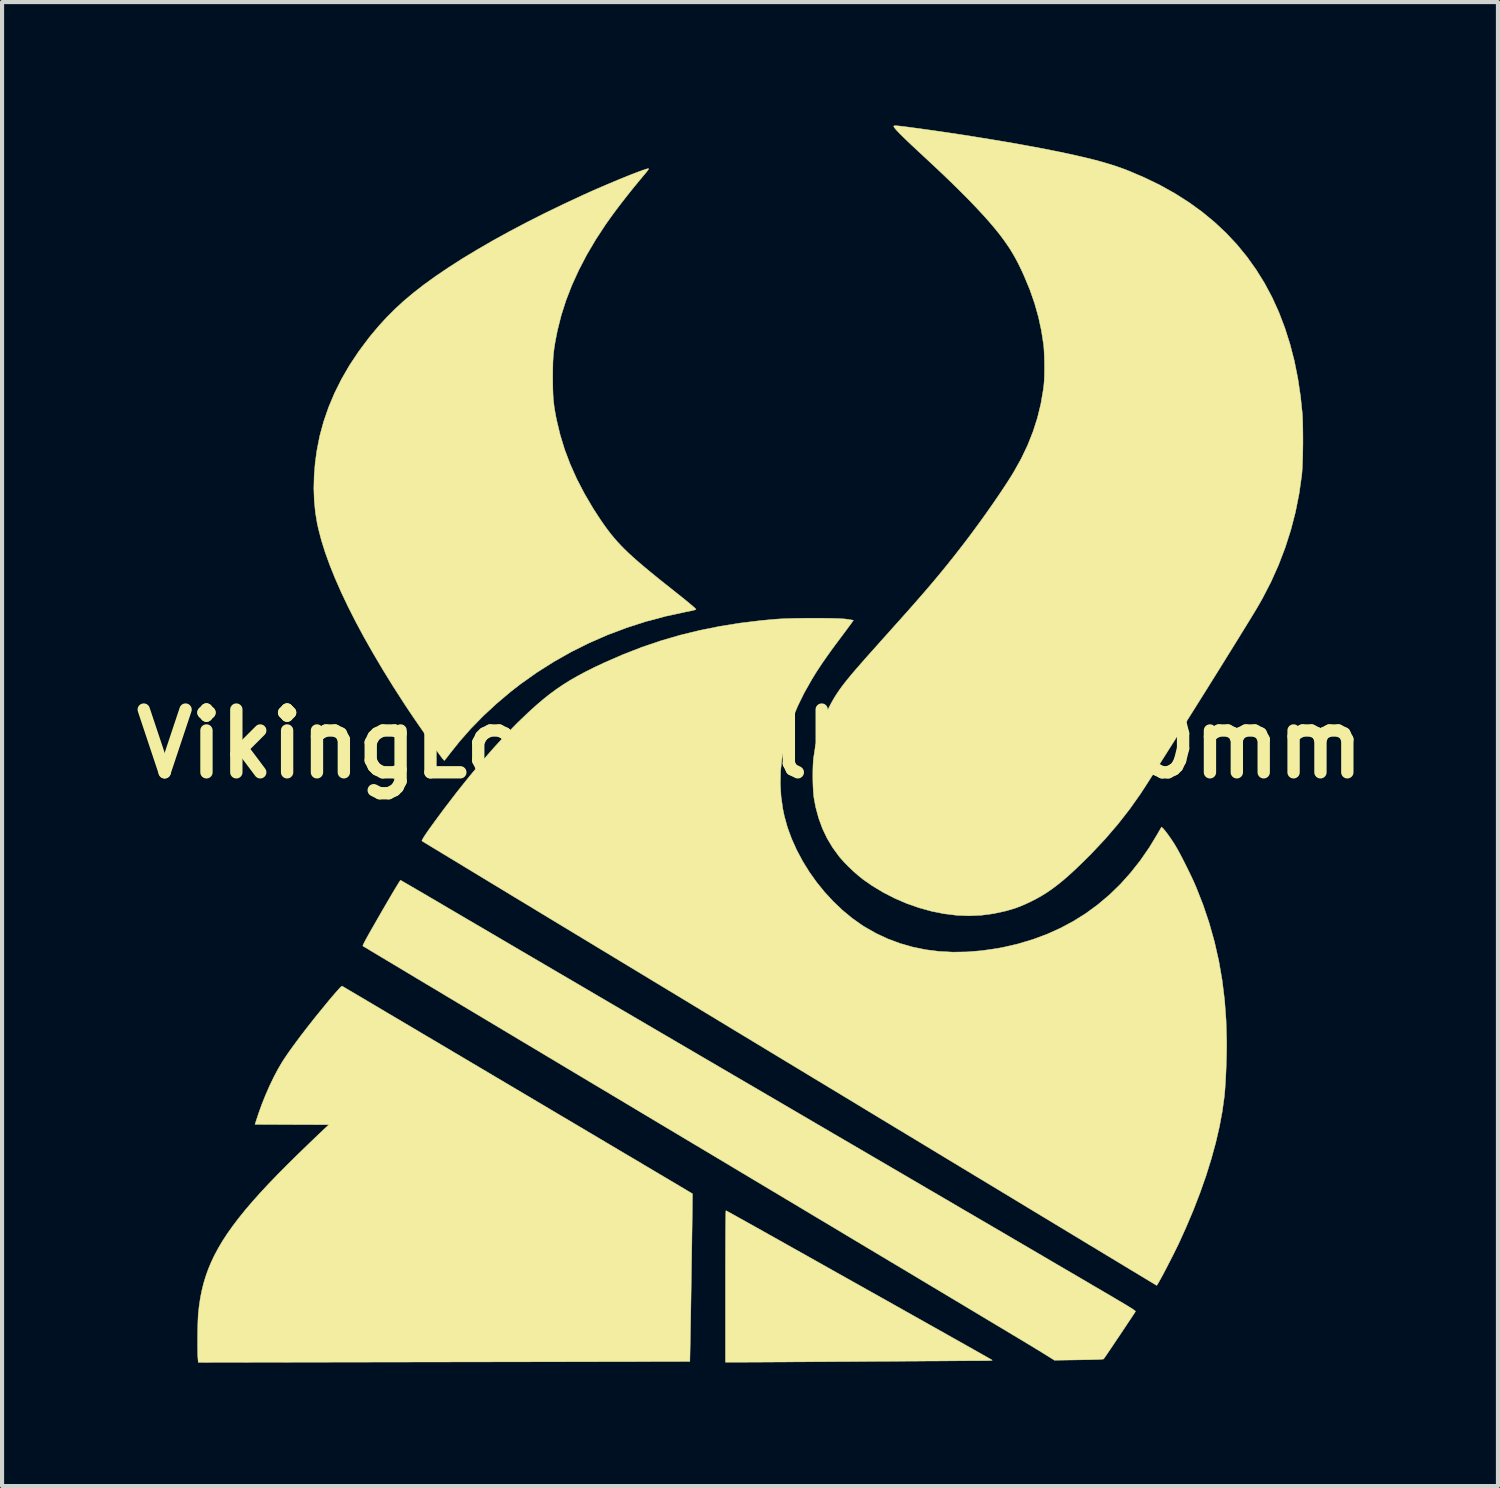
<source format=kicad_pcb>
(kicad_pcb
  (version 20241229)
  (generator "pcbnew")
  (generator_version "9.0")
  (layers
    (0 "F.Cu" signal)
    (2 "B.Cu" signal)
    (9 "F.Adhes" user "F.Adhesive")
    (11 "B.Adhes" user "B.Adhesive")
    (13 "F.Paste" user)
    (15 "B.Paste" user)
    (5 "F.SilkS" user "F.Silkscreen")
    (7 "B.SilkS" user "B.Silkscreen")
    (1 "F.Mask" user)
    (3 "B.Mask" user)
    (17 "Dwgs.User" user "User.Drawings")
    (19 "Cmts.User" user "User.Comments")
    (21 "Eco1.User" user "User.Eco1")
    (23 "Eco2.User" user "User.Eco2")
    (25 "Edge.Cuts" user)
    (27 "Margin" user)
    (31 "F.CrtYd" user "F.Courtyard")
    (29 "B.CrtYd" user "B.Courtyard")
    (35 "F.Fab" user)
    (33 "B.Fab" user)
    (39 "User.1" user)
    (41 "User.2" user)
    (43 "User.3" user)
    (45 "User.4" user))
  (footprint "VikingLogo_Silk_27x30mm"
    (layer "F.Cu")
    (at 15.175 15.027)
    (property "Reference" "VikingLogo_Silk_27x30mm" (at 0 0 0) (layer "F.SilkS") (effects (font (size 1.524 1.524) (thickness 0.3))))
    (attr through_hole)
    (fp_poly (pts (xy -0.572 11.347) (xy -0.539 11.365) (xy -0.487 11.393) (xy -0.418 11.431) (xy -0.334 11.478) (xy -0.235 11.533) (xy -0.125 11.594) (xy -0.004 11.662) (xy 0.126 11.735) (xy 0.263 11.811) (xy 0.339 11.854) (xy 0.444 11.913) (xy 0.569 11.983) (xy 0.713 12.064) (xy 0.874 12.155) (xy 1.051 12.254) (xy 1.242 12.361) (xy 1.445 12.475) (xy 1.658 12.595) (xy 1.881 12.72) (xy 2.111 12.85) (xy 2.347 12.982) (xy 2.587 13.117) (xy 2.829 13.253) (xy 3.072 13.389) (xy 3.315 13.525) (xy 3.555 13.66) (xy 3.562 13.664) (xy 3.787 13.791) (xy 4.006 13.914) (xy 4.218 14.033) (xy 4.422 14.148) (xy 4.617 14.257) (xy 4.803 14.362) (xy 4.977 14.46) (xy 5.139 14.551) (xy 5.288 14.635) (xy 5.423 14.711) (xy 5.543 14.779) (xy 5.646 14.837) (xy 5.733 14.886) (xy 5.801 14.925) (xy 5.85 14.953) (xy 5.878 14.969) (xy 5.886 14.974) (xy 5.879 14.979) (xy 5.849 14.983) (xy 5.797 14.985) (xy 5.727 14.986) (xy 5.698 14.986) (xy 5.645 14.987) (xy 5.569 14.987) (xy 5.471 14.988) (xy 5.353 14.988) (xy 5.215 14.989) (xy 5.06 14.99) (xy 4.888 14.991) (xy 4.701 14.993) (xy 4.5 14.994) (xy 4.286 14.995) (xy 4.06 14.997) (xy 3.824 14.998) (xy 3.579 15) (xy 3.326 15.002) (xy 3.066 15.003) (xy 2.807 15.005) (xy 2.539 15.007) (xy 2.276 15.009) (xy 2.018 15.01) (xy 1.767 15.012) (xy 1.524 15.013) (xy 1.29 15.015) (xy 1.067 15.016) (xy 0.856 15.018) (xy 0.659 15.019) (xy 0.476 15.02) (xy 0.31 15.021) (xy 0.161 15.022) (xy 0.031 15.022) (xy -0.079 15.023) (xy -0.167 15.023) (xy -0.233 15.024) (xy -0.27 15.024) (xy -0.597 15.024) (xy -0.597 13.183) (xy -0.597 12.922) (xy -0.597 12.678) (xy -0.596 12.452) (xy -0.596 12.246) (xy -0.595 12.058) (xy -0.594 11.891) (xy -0.593 11.745) (xy -0.592 11.62) (xy -0.591 11.517) (xy -0.589 11.437) (xy -0.588 11.381) (xy -0.586 11.349) (xy -0.585 11.341) (xy -0.572 11.347)) (stroke (width 0.01) (type solid)) (fill yes) (layer "F.SilkS"))
    (fp_poly (pts (xy -9.913 5.885) (xy -9.901 5.891) (xy -9.869 5.91) (xy -9.816 5.941) (xy -9.744 5.984) (xy -9.654 6.037) (xy -9.547 6.1) (xy -9.423 6.173) (xy -9.284 6.256) (xy -9.13 6.347) (xy -8.963 6.446) (xy -8.783 6.553) (xy -8.59 6.667) (xy -8.387 6.787) (xy -8.174 6.913) (xy -7.952 7.045) (xy -7.721 7.181) (xy -7.483 7.322) (xy -7.239 7.467) (xy -6.989 7.615) (xy -6.734 7.766) (xy -6.476 7.919) (xy -6.214 8.074) (xy -5.951 8.23) (xy -5.687 8.386) (xy -5.423 8.543) (xy -5.159 8.699) (xy -4.898 8.854) (xy -4.639 9.008) (xy -4.383 9.159) (xy -4.132 9.308) (xy -3.886 9.454) (xy -3.646 9.596) (xy -3.414 9.734) (xy -3.19 9.867) (xy -2.974 9.995) (xy -2.768 10.116) (xy -2.574 10.232) (xy -2.39 10.341) (xy -2.22 10.442) (xy -2.063 10.535) (xy -1.92 10.62) (xy -1.792 10.695) (xy -1.681 10.762) (xy -1.587 10.817) (xy -1.511 10.863) (xy -1.454 10.897) (xy -1.416 10.919) (xy -1.4 10.929) (xy -1.399 10.93) (xy -1.398 10.943) (xy -1.398 10.979) (xy -1.399 11.038) (xy -1.4 11.117) (xy -1.401 11.215) (xy -1.402 11.33) (xy -1.404 11.461) (xy -1.406 11.606) (xy -1.408 11.763) (xy -1.411 11.931) (xy -1.413 12.107) (xy -1.416 12.291) (xy -1.419 12.481) (xy -1.422 12.675) (xy -1.425 12.871) (xy -1.428 13.068) (xy -1.431 13.264) (xy -1.434 13.458) (xy -1.437 13.648) (xy -1.44 13.831) (xy -1.443 14.008) (xy -1.446 14.175) (xy -1.449 14.332) (xy -1.451 14.477) (xy -1.454 14.607) (xy -1.456 14.722) (xy -1.458 14.819) (xy -1.46 14.898) (xy -1.461 14.957) (xy -1.462 14.993) (xy -1.463 15.005) (xy -1.476 15.005) (xy -1.513 15.005) (xy -1.574 15.006) (xy -1.659 15.006) (xy -1.765 15.007) (xy -1.893 15.007) (xy -2.042 15.007) (xy -2.211 15.008) (xy -2.398 15.008) (xy -2.605 15.009) (xy -2.828 15.01) (xy -3.069 15.01) (xy -3.325 15.011) (xy -3.597 15.011) (xy -3.883 15.012) (xy -4.182 15.012) (xy -4.495 15.013) (xy -4.819 15.014) (xy -5.155 15.014) (xy -5.502 15.015) (xy -5.858 15.016) (xy -6.222 15.016) (xy -6.596 15.017) (xy -6.976 15.017) (xy -7.363 15.018) (xy -7.437 15.018) (xy -13.407 15.028) (xy -13.415 14.94) (xy -13.419 14.884) (xy -13.422 14.807) (xy -13.423 14.713) (xy -13.424 14.607) (xy -13.424 14.492) (xy -13.423 14.373) (xy -13.422 14.254) (xy -13.419 14.139) (xy -13.416 14.033) (xy -13.412 13.94) (xy -13.408 13.864) (xy -13.405 13.829) (xy -13.384 13.642) (xy -13.356 13.46) (xy -13.321 13.283) (xy -13.278 13.108) (xy -13.226 12.936) (xy -13.165 12.765) (xy -13.094 12.595) (xy -13.013 12.424) (xy -12.92 12.251) (xy -12.816 12.075) (xy -12.699 11.896) (xy -12.568 11.712) (xy -12.424 11.522) (xy -12.266 11.326) (xy -12.092 11.122) (xy -11.902 10.91) (xy -11.696 10.688) (xy -11.472 10.456) (xy -11.231 10.213) (xy -10.971 9.957) (xy -10.692 9.687) (xy -10.448 9.454) (xy -10.234 9.252) (xy -11.131 9.249) (xy -12.029 9.245) (xy -12.02 9.217) (xy -11.946 8.989) (xy -11.863 8.759) (xy -11.772 8.531) (xy -11.675 8.31) (xy -11.574 8.1) (xy -11.471 7.905) (xy -11.368 7.729) (xy -11.326 7.664) (xy -11.211 7.494) (xy -11.077 7.308) (xy -10.927 7.106) (xy -10.761 6.89) (xy -10.58 6.66) (xy -10.453 6.504) (xy -10.337 6.362) (xy -10.235 6.237) (xy -10.145 6.131) (xy -10.07 6.044) (xy -10.009 5.975) (xy -9.963 5.925) (xy -9.931 5.895) (xy -9.914 5.884) (xy -9.913 5.885)) (stroke (width 0.01) (type solid)) (fill yes) (layer "F.SilkS"))
    (fp_poly (pts (xy -8.48 3.319) (xy -8.447 3.338) (xy -8.395 3.368) (xy -8.328 3.407) (xy -8.245 3.455) (xy -8.15 3.51) (xy -8.044 3.572) (xy -7.929 3.639) (xy -7.807 3.711) (xy -7.741 3.749) (xy -7.308 4.004) (xy -6.874 4.259) (xy -6.438 4.514) (xy -6 4.771) (xy -5.558 5.031) (xy -5.11 5.293) (xy -4.657 5.559) (xy -4.197 5.828) (xy -3.729 6.103) (xy -3.251 6.383) (xy -2.762 6.669) (xy -2.262 6.962) (xy -1.749 7.262) (xy -1.223 7.57) (xy -0.681 7.887) (xy -0.123 8.213) (xy 0.452 8.549) (xy 1.045 8.896) (xy 1.658 9.255) (xy 2.291 9.625) (xy 2.451 9.718) (xy 2.936 10.002) (xy 3.412 10.28) (xy 3.877 10.552) (xy 4.331 10.818) (xy 4.774 11.076) (xy 5.203 11.328) (xy 5.62 11.571) (xy 6.022 11.806) (xy 6.409 12.033) (xy 6.78 12.25) (xy 7.135 12.458) (xy 7.472 12.656) (xy 7.791 12.842) (xy 8.092 13.018) (xy 8.372 13.183) (xy 8.633 13.335) (xy 8.837 13.455) (xy 8.968 13.533) (xy 9.079 13.598) (xy 9.17 13.653) (xy 9.242 13.698) (xy 9.297 13.732) (xy 9.335 13.759) (xy 9.358 13.776) (xy 9.367 13.787) (xy 9.367 13.789) (xy 9.359 13.803) (xy 9.338 13.835) (xy 9.306 13.884) (xy 9.265 13.946) (xy 9.215 14.021) (xy 9.16 14.104) (xy 9.1 14.194) (xy 9.037 14.288) (xy 8.973 14.384) (xy 8.908 14.48) (xy 8.846 14.573) (xy 8.787 14.661) (xy 8.733 14.741) (xy 8.685 14.811) (xy 8.646 14.869) (xy 8.616 14.912) (xy 8.598 14.937) (xy 8.593 14.944) (xy 8.581 14.948) (xy 8.553 14.951) (xy 8.506 14.955) (xy 8.44 14.958) (xy 8.354 14.96) (xy 8.246 14.963) (xy 8.115 14.965) (xy 7.988 14.967) (xy 7.398 14.976) (xy 7.038 14.752) (xy 7.008 14.734) (xy 6.957 14.703) (xy 6.886 14.66) (xy 6.794 14.604) (xy 6.683 14.537) (xy 6.553 14.459) (xy 6.404 14.37) (xy 6.238 14.27) (xy 6.054 14.16) (xy 5.854 14.04) (xy 5.637 13.91) (xy 5.405 13.771) (xy 5.159 13.623) (xy 4.897 13.467) (xy 4.622 13.302) (xy 4.334 13.13) (xy 4.033 12.949) (xy 3.72 12.762) (xy 3.395 12.568) (xy 3.059 12.367) (xy 2.713 12.16) (xy 2.357 11.947) (xy 1.992 11.728) (xy 1.618 11.505) (xy 1.236 11.276) (xy 0.847 11.043) (xy 0.45 10.806) (xy 0.047 10.565) (xy -0.361 10.321) (xy -0.775 10.073) (xy -1.194 9.823) (xy -1.357 9.726) (xy -1.775 9.476) (xy -2.187 9.23) (xy -2.594 8.987) (xy -2.994 8.747) (xy -3.387 8.512) (xy -3.773 8.282) (xy -4.151 8.056) (xy -4.52 7.835) (xy -4.88 7.62) (xy -5.23 7.41) (xy -5.571 7.207) (xy -5.9 7.01) (xy -6.218 6.819) (xy -6.525 6.636) (xy -6.819 6.46) (xy -7.1 6.292) (xy -7.368 6.132) (xy -7.621 5.98) (xy -7.861 5.837) (xy -8.085 5.703) (xy -8.293 5.578) (xy -8.486 5.462) (xy -8.662 5.357) (xy -8.82 5.262) (xy -8.961 5.178) (xy -9.084 5.104) (xy -9.188 5.042) (xy -9.272 4.991) (xy -9.337 4.952) (xy -9.381 4.926) (xy -9.404 4.912) (xy -9.407 4.91) (xy -9.408 4.902) (xy -9.402 4.885) (xy -9.389 4.856) (xy -9.368 4.815) (xy -9.34 4.761) (xy -9.302 4.692) (xy -9.255 4.607) (xy -9.197 4.505) (xy -9.128 4.385) (xy -9.048 4.245) (xy -8.966 4.102) (xy -8.89 3.972) (xy -8.819 3.849) (xy -8.752 3.734) (xy -8.69 3.629) (xy -8.635 3.537) (xy -8.587 3.458) (xy -8.548 3.394) (xy -8.519 3.347) (xy -8.5 3.32) (xy -8.493 3.312) (xy -8.48 3.319)) (stroke (width 0.01) (type solid)) (fill yes) (layer "F.SilkS"))
    (fp_poly (pts (xy -2.466 -13.98) (xy -2.465 -13.969) (xy -2.482 -13.941) (xy -2.518 -13.895) (xy -2.561 -13.843) (xy -2.699 -13.678) (xy -2.841 -13.505) (xy -2.981 -13.329) (xy -3.119 -13.153) (xy -3.249 -12.982) (xy -3.369 -12.819) (xy -3.476 -12.669) (xy -3.508 -12.624) (xy -3.751 -12.253) (xy -3.969 -11.883) (xy -4.161 -11.514) (xy -4.329 -11.146) (xy -4.471 -10.779) (xy -4.588 -10.413) (xy -4.68 -10.047) (xy -4.723 -9.83) (xy -4.742 -9.724) (xy -4.757 -9.63) (xy -4.768 -9.544) (xy -4.777 -9.462) (xy -4.784 -9.377) (xy -4.789 -9.286) (xy -4.791 -9.185) (xy -4.793 -9.068) (xy -4.794 -8.931) (xy -4.794 -8.909) (xy -4.793 -8.755) (xy -4.791 -8.622) (xy -4.787 -8.505) (xy -4.781 -8.398) (xy -4.771 -8.297) (xy -4.759 -8.196) (xy -4.742 -8.092) (xy -4.722 -7.979) (xy -4.7 -7.87) (xy -4.614 -7.511) (xy -4.504 -7.152) (xy -4.369 -6.795) (xy -4.209 -6.438) (xy -4.024 -6.082) (xy -3.814 -5.725) (xy -3.689 -5.531) (xy -3.61 -5.413) (xy -3.534 -5.304) (xy -3.458 -5.2) (xy -3.382 -5.101) (xy -3.303 -5.006) (xy -3.221 -4.911) (xy -3.133 -4.817) (xy -3.039 -4.722) (xy -2.936 -4.623) (xy -2.823 -4.52) (xy -2.699 -4.411) (xy -2.561 -4.294) (xy -2.409 -4.168) (xy -2.241 -4.031) (xy -2.055 -3.882) (xy -1.894 -3.755) (xy -1.756 -3.645) (xy -1.637 -3.55) (xy -1.538 -3.47) (xy -1.458 -3.403) (xy -1.395 -3.351) (xy -1.35 -3.311) (xy -1.323 -3.284) (xy -1.312 -3.27) (xy -1.323 -3.263) (xy -1.355 -3.253) (xy -1.408 -3.24) (xy -1.476 -3.225) (xy -1.559 -3.209) (xy -1.565 -3.208) (xy -2.054 -3.102) (xy -2.534 -2.974) (xy -3.004 -2.822) (xy -3.463 -2.649) (xy -3.911 -2.453) (xy -4.347 -2.236) (xy -4.769 -1.997) (xy -5.178 -1.738) (xy -5.573 -1.458) (xy -5.817 -1.269) (xy -6.158 -0.981) (xy -6.481 -0.682) (xy -6.783 -0.373) (xy -7.062 -0.056) (xy -7.29 0.23) (xy -7.334 0.287) (xy -7.371 0.336) (xy -7.402 0.373) (xy -7.421 0.397) (xy -7.427 0.403) (xy -7.438 0.394) (xy -7.46 0.37) (xy -7.488 0.335) (xy -7.497 0.323) (xy -7.594 0.191) (xy -7.7 0.042) (xy -7.814 -0.119) (xy -7.931 -0.286) (xy -8.048 -0.455) (xy -8.162 -0.621) (xy -8.269 -0.779) (xy -8.366 -0.924) (xy -8.401 -0.978) (xy -8.672 -1.399) (xy -8.926 -1.81) (xy -9.162 -2.21) (xy -9.382 -2.598) (xy -9.584 -2.974) (xy -9.768 -3.337) (xy -9.934 -3.687) (xy -10.082 -4.024) (xy -10.212 -4.346) (xy -10.323 -4.654) (xy -10.415 -4.947) (xy -10.487 -5.224) (xy -10.516 -5.353) (xy -10.561 -5.626) (xy -10.589 -5.914) (xy -10.599 -6.213) (xy -10.591 -6.521) (xy -10.566 -6.833) (xy -10.526 -7.125) (xy -10.456 -7.482) (xy -10.36 -7.835) (xy -10.24 -8.183) (xy -10.095 -8.527) (xy -9.925 -8.867) (xy -9.731 -9.202) (xy -9.511 -9.533) (xy -9.266 -9.861) (xy -9.215 -9.925) (xy -9.025 -10.151) (xy -8.83 -10.364) (xy -8.627 -10.568) (xy -8.411 -10.766) (xy -8.18 -10.96) (xy -7.931 -11.154) (xy -7.66 -11.35) (xy -7.642 -11.363) (xy -7.327 -11.576) (xy -6.989 -11.793) (xy -6.628 -12.011) (xy -6.246 -12.232) (xy -5.845 -12.453) (xy -5.425 -12.674) (xy -4.988 -12.895) (xy -4.536 -13.114) (xy -4.07 -13.331) (xy -4.026 -13.351) (xy -3.885 -13.415) (xy -3.74 -13.479) (xy -3.594 -13.542) (xy -3.449 -13.604) (xy -3.306 -13.664) (xy -3.168 -13.722) (xy -3.037 -13.775) (xy -2.914 -13.825) (xy -2.801 -13.868) (xy -2.702 -13.906) (xy -2.617 -13.937) (xy -2.549 -13.96) (xy -2.499 -13.975) (xy -2.47 -13.98) (xy -2.466 -13.98)) (stroke (width 0.01) (type solid)) (fill yes) (layer "F.SilkS"))
    (fp_poly (pts (xy 1.675 -3.055) (xy 1.816 -3.054) (xy 1.949 -3.052) (xy 2.069 -3.049) (xy 2.176 -3.045) (xy 2.264 -3.04) (xy 2.331 -3.034) (xy 2.349 -3.031) (xy 2.41 -3.022) (xy 2.46 -3.014) (xy 2.495 -3.008) (xy 2.511 -3.005) (xy 2.512 -3.004) (xy 2.505 -2.994) (xy 2.485 -2.965) (xy 2.453 -2.92) (xy 2.41 -2.862) (xy 2.358 -2.791) (xy 2.299 -2.712) (xy 2.234 -2.625) (xy 2.207 -2.589) (xy 2.077 -2.415) (xy 1.961 -2.257) (xy 1.858 -2.112) (xy 1.764 -1.977) (xy 1.679 -1.85) (xy 1.599 -1.727) (xy 1.524 -1.604) (xy 1.498 -1.562) (xy 1.315 -1.238) (xy 1.157 -0.916) (xy 1.024 -0.596) (xy 0.916 -0.278) (xy 0.834 0.037) (xy 0.776 0.35) (xy 0.743 0.661) (xy 0.736 0.969) (xy 0.754 1.275) (xy 0.797 1.578) (xy 0.832 1.748) (xy 0.909 2.026) (xy 1.01 2.302) (xy 1.133 2.576) (xy 1.276 2.845) (xy 1.438 3.107) (xy 1.617 3.359) (xy 1.812 3.6) (xy 2.021 3.826) (xy 2.242 4.037) (xy 2.474 4.229) (xy 2.714 4.4) (xy 2.783 4.444) (xy 3.06 4.602) (xy 3.347 4.736) (xy 3.644 4.847) (xy 3.951 4.935) (xy 4.268 5) (xy 4.594 5.041) (xy 4.93 5.059) (xy 5.275 5.053) (xy 5.628 5.024) (xy 5.991 4.972) (xy 6.134 4.946) (xy 6.508 4.86) (xy 6.868 4.752) (xy 7.215 4.624) (xy 7.547 4.474) (xy 7.866 4.303) (xy 8.171 4.111) (xy 8.461 3.897) (xy 8.738 3.663) (xy 9.001 3.407) (xy 9.249 3.13) (xy 9.484 2.833) (xy 9.704 2.514) (xy 9.888 2.211) (xy 9.999 2.019) (xy 10.03 2.048) (xy 10.062 2.082) (xy 10.104 2.134) (xy 10.153 2.199) (xy 10.205 2.272) (xy 10.258 2.35) (xy 10.309 2.428) (xy 10.344 2.486) (xy 10.389 2.564) (xy 10.442 2.661) (xy 10.5 2.771) (xy 10.561 2.891) (xy 10.623 3.015) (xy 10.683 3.138) (xy 10.74 3.256) (xy 10.789 3.364) (xy 10.83 3.457) (xy 10.832 3.461) (xy 11.007 3.904) (xy 11.158 4.353) (xy 11.286 4.809) (xy 11.391 5.273) (xy 11.473 5.746) (xy 11.532 6.228) (xy 11.568 6.72) (xy 11.582 7.223) (xy 11.582 7.29) (xy 11.581 7.425) (xy 11.578 7.572) (xy 11.574 7.726) (xy 11.569 7.882) (xy 11.562 8.036) (xy 11.554 8.184) (xy 11.546 8.321) (xy 11.537 8.442) (xy 11.528 8.545) (xy 11.525 8.572) (xy 11.475 8.932) (xy 11.405 9.306) (xy 11.316 9.691) (xy 11.207 10.088) (xy 11.08 10.495) (xy 10.934 10.91) (xy 10.771 11.332) (xy 10.59 11.759) (xy 10.434 12.103) (xy 10.393 12.19) (xy 10.346 12.284) (xy 10.297 12.385) (xy 10.245 12.488) (xy 10.191 12.592) (xy 10.138 12.695) (xy 10.087 12.793) (xy 10.039 12.885) (xy 9.994 12.967) (xy 9.955 13.038) (xy 9.923 13.094) (xy 9.899 13.134) (xy 9.884 13.155) (xy 9.881 13.157) (xy 9.87 13.151) (xy 9.837 13.131) (xy 9.784 13.099) (xy 9.711 13.055) (xy 9.618 12.999) (xy 9.506 12.931) (xy 9.375 12.852) (xy 9.226 12.763) (xy 9.06 12.662) (xy 8.876 12.551) (xy 8.675 12.43) (xy 8.459 12.299) (xy 8.226 12.159) (xy 7.979 12.009) (xy 7.717 11.851) (xy 7.441 11.684) (xy 7.151 11.509) (xy 6.848 11.326) (xy 6.533 11.135) (xy 6.206 10.937) (xy 5.867 10.732) (xy 5.517 10.521) (xy 5.156 10.303) (xy 4.785 10.079) (xy 4.405 9.849) (xy 4.016 9.613) (xy 3.618 9.373) (xy 3.212 9.128) (xy 2.799 8.878) (xy 2.379 8.623) (xy 1.952 8.365) (xy 1.52 8.104) (xy 1.082 7.839) (xy 0.959 7.765) (xy 0.519 7.499) (xy 0.085 7.236) (xy -0.344 6.977) (xy -0.766 6.721) (xy -1.181 6.47) (xy -1.589 6.223) (xy -1.989 5.981) (xy -2.381 5.744) (xy -2.764 5.512) (xy -3.138 5.286) (xy -3.501 5.066) (xy -3.855 4.852) (xy -4.197 4.645) (xy -4.528 4.445) (xy -4.847 4.252) (xy -5.154 4.066) (xy -5.447 3.888) (xy -5.728 3.719) (xy -5.994 3.557) (xy -6.246 3.405) (xy -6.483 3.261) (xy -6.704 3.127) (xy -6.909 3.003) (xy -7.098 2.888) (xy -7.27 2.784) (xy -7.424 2.691) (xy -7.56 2.608) (xy -7.678 2.537) (xy -7.777 2.477) (xy -7.856 2.429) (xy -7.915 2.393) (xy -7.953 2.369) (xy -7.971 2.358) (xy -7.972 2.358) (xy -7.97 2.342) (xy -7.952 2.307) (xy -7.92 2.253) (xy -7.872 2.181) (xy -7.809 2.09) (xy -7.732 1.982) (xy -7.641 1.857) (xy -7.536 1.715) (xy -7.437 1.581) (xy -7.127 1.176) (xy -6.822 0.794) (xy -6.523 0.435) (xy -6.23 0.099) (xy -5.942 -0.214) (xy -5.661 -0.502) (xy -5.386 -0.766) (xy -5.181 -0.951) (xy -5.022 -1.086) (xy -4.864 -1.212) (xy -4.705 -1.329) (xy -4.541 -1.44) (xy -4.368 -1.548) (xy -4.184 -1.653) (xy -3.986 -1.759) (xy -3.769 -1.867) (xy -3.531 -1.979) (xy -3.077 -2.176) (xy -2.621 -2.353) (xy -2.16 -2.509) (xy -1.692 -2.645) (xy -1.216 -2.761) (xy -0.728 -2.859) (xy -0.227 -2.939) (xy 0.29 -3.001) (xy 0.622 -3.031) (xy 0.717 -3.037) (xy 0.829 -3.043) (xy 0.954 -3.047) (xy 1.09 -3.051) (xy 1.233 -3.053) (xy 1.381 -3.055) (xy 1.529 -3.055) (xy 1.675 -3.055)) (stroke (width 0.01) (type solid)) (fill yes) (layer "F.SilkS"))
    (fp_poly (pts (xy 3.577 -15.02) (xy 3.627 -15.015) (xy 3.694 -15.008) (xy 3.78 -14.997) (xy 3.886 -14.983) (xy 4.004 -14.967) (xy 4.369 -14.917) (xy 4.737 -14.864) (xy 5.104 -14.809) (xy 5.467 -14.752) (xy 5.824 -14.694) (xy 6.174 -14.636) (xy 6.512 -14.577) (xy 6.837 -14.518) (xy 7.146 -14.46) (xy 7.437 -14.402) (xy 7.707 -14.346) (xy 7.893 -14.305) (xy 8.133 -14.25) (xy 8.351 -14.196) (xy 8.55 -14.143) (xy 8.734 -14.089) (xy 8.905 -14.034) (xy 9.068 -13.976) (xy 9.176 -13.935) (xy 9.577 -13.765) (xy 9.959 -13.58) (xy 10.321 -13.378) (xy 10.663 -13.161) (xy 10.985 -12.928) (xy 11.287 -12.679) (xy 11.57 -12.414) (xy 11.833 -12.133) (xy 12.076 -11.836) (xy 12.299 -11.523) (xy 12.503 -11.195) (xy 12.687 -10.85) (xy 12.851 -10.489) (xy 12.995 -10.112) (xy 13.12 -9.719) (xy 13.226 -9.31) (xy 13.311 -8.885) (xy 13.377 -8.444) (xy 13.418 -8.053) (xy 13.424 -7.962) (xy 13.429 -7.851) (xy 13.432 -7.725) (xy 13.434 -7.587) (xy 13.435 -7.441) (xy 13.435 -7.292) (xy 13.433 -7.143) (xy 13.43 -6.998) (xy 13.426 -6.862) (xy 13.421 -6.738) (xy 13.415 -6.631) (xy 13.408 -6.544) (xy 13.406 -6.528) (xy 13.342 -6.078) (xy 13.254 -5.635) (xy 13.141 -5.199) (xy 13.004 -4.77) (xy 12.843 -4.349) (xy 12.658 -3.936) (xy 12.449 -3.532) (xy 12.347 -3.353) (xy 12.306 -3.283) (xy 12.252 -3.194) (xy 12.187 -3.086) (xy 12.11 -2.961) (xy 12.024 -2.821) (xy 11.929 -2.667) (xy 11.826 -2.5) (xy 11.716 -2.323) (xy 11.6 -2.136) (xy 11.479 -1.941) (xy 11.354 -1.74) (xy 11.225 -1.534) (xy 11.095 -1.325) (xy 10.962 -1.114) (xy 10.83 -0.903) (xy 10.698 -0.693) (xy 10.568 -0.485) (xy 10.44 -0.282) (xy 10.315 -0.084) (xy 10.195 0.106) (xy 10.08 0.288) (xy 9.971 0.459) (xy 9.87 0.619) (xy 9.776 0.765) (xy 9.692 0.897) (xy 9.618 1.013) (xy 9.554 1.11) (xy 9.503 1.189) (xy 9.483 1.219) (xy 9.222 1.588) (xy 8.938 1.951) (xy 8.63 2.309) (xy 8.298 2.662) (xy 8.23 2.731) (xy 8.055 2.903) (xy 7.895 3.057) (xy 7.745 3.194) (xy 7.605 3.316) (xy 7.471 3.424) (xy 7.342 3.521) (xy 7.216 3.608) (xy 7.091 3.686) (xy 6.964 3.758) (xy 6.839 3.822) (xy 6.704 3.886) (xy 6.582 3.939) (xy 6.466 3.983) (xy 6.348 4.021) (xy 6.22 4.057) (xy 6.219 4.058) (xy 5.924 4.122) (xy 5.627 4.162) (xy 5.329 4.176) (xy 5.032 4.165) (xy 5.023 4.164) (xy 4.719 4.127) (xy 4.414 4.066) (xy 4.109 3.982) (xy 3.809 3.877) (xy 3.516 3.751) (xy 3.232 3.605) (xy 2.961 3.441) (xy 2.745 3.29) (xy 2.632 3.199) (xy 2.514 3.096) (xy 2.397 2.985) (xy 2.287 2.873) (xy 2.192 2.766) (xy 2.168 2.737) (xy 2.01 2.522) (xy 1.874 2.295) (xy 1.76 2.056) (xy 1.668 1.804) (xy 1.596 1.538) (xy 1.555 1.321) (xy 1.545 1.238) (xy 1.537 1.135) (xy 1.531 1.019) (xy 1.527 0.893) (xy 1.526 0.765) (xy 1.527 0.639) (xy 1.531 0.521) (xy 1.537 0.417) (xy 1.542 0.356) (xy 1.585 0.075) (xy 1.646 -0.192) (xy 1.727 -0.45) (xy 1.83 -0.703) (xy 1.894 -0.838) (xy 1.938 -0.924) (xy 1.981 -1.006) (xy 2.026 -1.084) (xy 2.072 -1.161) (xy 2.122 -1.238) (xy 2.176 -1.317) (xy 2.236 -1.4) (xy 2.304 -1.488) (xy 2.38 -1.583) (xy 2.466 -1.687) (xy 2.563 -1.801) (xy 2.673 -1.927) (xy 2.796 -2.068) (xy 2.935 -2.224) (xy 3.046 -2.348) (xy 3.129 -2.441) (xy 3.223 -2.547) (xy 3.326 -2.661) (xy 3.431 -2.779) (xy 3.535 -2.895) (xy 3.633 -3.004) (xy 3.688 -3.066) (xy 3.903 -3.307) (xy 4.102 -3.534) (xy 4.288 -3.748) (xy 4.462 -3.953) (xy 4.628 -4.152) (xy 4.787 -4.347) (xy 4.943 -4.542) (xy 5.096 -4.738) (xy 5.251 -4.939) (xy 5.344 -5.062) (xy 5.463 -5.223) (xy 5.586 -5.391) (xy 5.709 -5.562) (xy 5.831 -5.735) (xy 5.949 -5.905) (xy 6.062 -6.07) (xy 6.167 -6.228) (xy 6.262 -6.373) (xy 6.346 -6.505) (xy 6.41 -6.61) (xy 6.591 -6.934) (xy 6.746 -7.259) (xy 6.876 -7.587) (xy 6.983 -7.92) (xy 7.066 -8.258) (xy 7.125 -8.602) (xy 7.14 -8.719) (xy 7.147 -8.801) (xy 7.152 -8.904) (xy 7.155 -9.02) (xy 7.156 -9.146) (xy 7.155 -9.274) (xy 7.152 -9.4) (xy 7.147 -9.518) (xy 7.141 -9.622) (xy 7.133 -9.703) (xy 7.081 -10.04) (xy 7.009 -10.373) (xy 6.916 -10.704) (xy 6.8 -11.036) (xy 6.661 -11.371) (xy 6.611 -11.482) (xy 6.536 -11.637) (xy 6.466 -11.774) (xy 6.394 -11.901) (xy 6.319 -12.025) (xy 6.267 -12.103) (xy 6.173 -12.238) (xy 6.067 -12.38) (xy 5.947 -12.529) (xy 5.813 -12.687) (xy 5.664 -12.854) (xy 5.499 -13.031) (xy 5.319 -13.219) (xy 5.121 -13.418) (xy 4.906 -13.63) (xy 4.672 -13.855) (xy 4.419 -14.093) (xy 4.216 -14.282) (xy 4.067 -14.42) (xy 3.936 -14.543) (xy 3.823 -14.65) (xy 3.728 -14.742) (xy 3.649 -14.82) (xy 3.587 -14.884) (xy 3.541 -14.934) (xy 3.511 -14.972) (xy 3.495 -14.997) (xy 3.493 -15.007) (xy 3.494 -15.014) (xy 3.502 -15.019) (xy 3.516 -15.022) (xy 3.54 -15.022) (xy 3.577 -15.02)) (stroke (width 0.01) (type solid)) (fill yes) (layer "F.SilkS")))
  (gr_rect
    (start -3 -3)
    (end 33.349 33.06)
    (stroke (width 0.1) (type default))
    (fill no)
    (layer "Edge.Cuts")))
</source>
